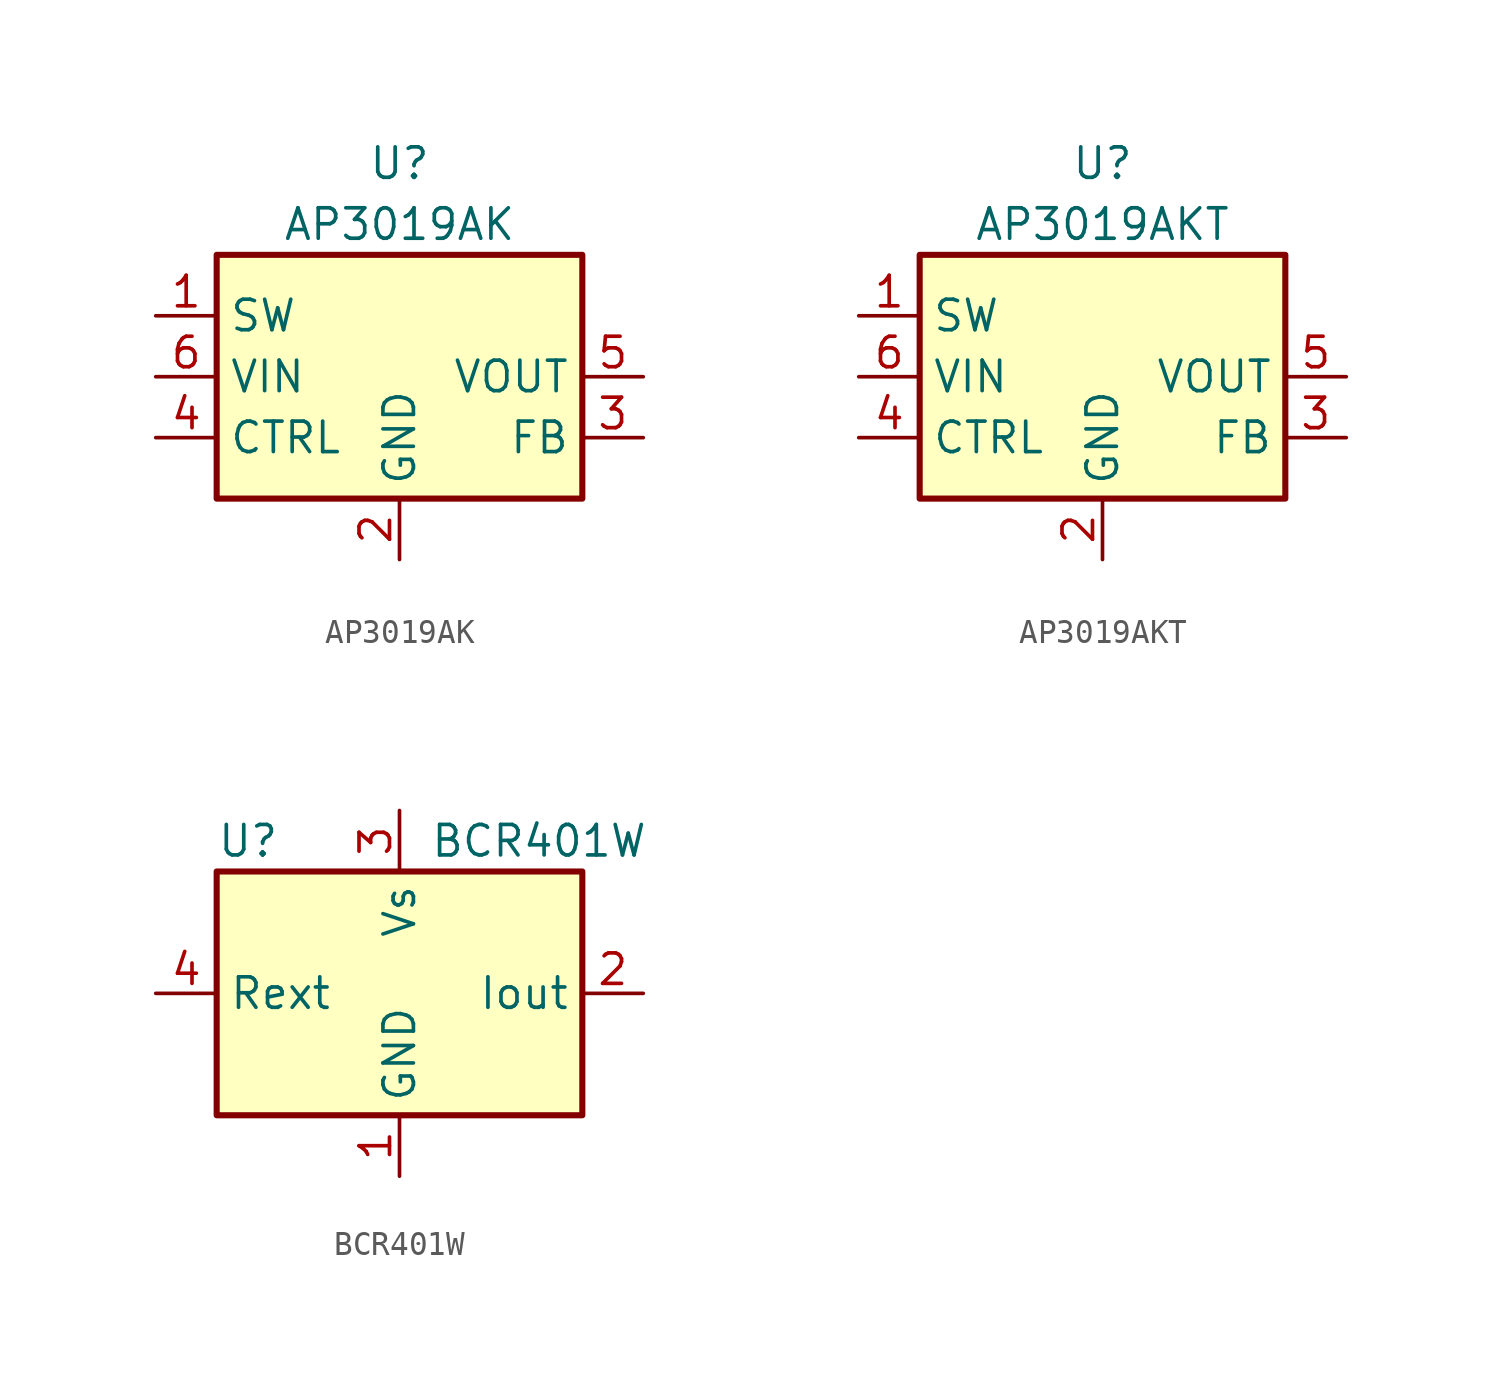
<source format=kicad_sym>
(kicad_symbol_lib
  (version 20231120)
  (generator "kicad_symbol_editor")
  (generator_version "8.0")
  (symbol "AP3019AK"
    (property "Reference" "U"
      (at 0 8.89 0)
      (effects (font (size 1.27 1.27))))
    (property "Value" "AP3019AK"
      (at 0 6.35 0)
      (effects (font (size 1.27 1.27))))
    (symbol "AP3019AK_0_1"
      (rectangle (start -7.62 5.08) (end 7.62 -5.08) (stroke (width 0.254) (type default)) (fill (type background))))
    (symbol "AP3019AK_1_1"
      (pin passive line (at -10.16 2.54 0) (length 2.54) (name "SW" (effects (font (size 1.27 1.27)))) (number "1" (effects (font (size 1.27 1.27)))))
      (pin power_in line (at 0 -7.62 90) (length 2.54) (name "GND" (effects (font (size 1.27 1.27)))) (number "2" (effects (font (size 1.27 1.27)))))
      (pin input line (at 10.16 -2.54 180) (length 2.54) (name "FB" (effects (font (size 1.27 1.27)))) (number "3" (effects (font (size 1.27 1.27)))))
      (pin input line (at -10.16 -2.54 0) (length 2.54) (name "CTRL" (effects (font (size 1.27 1.27)))) (number "4" (effects (font (size 1.27 1.27)))))
      (pin power_out line (at 10.16 0 180) (length 2.54) (name "VOUT" (effects (font (size 1.27 1.27)))) (number "5" (effects (font (size 1.27 1.27)))))
      (pin power_in line (at -10.16 0 0) (length 2.54) (name "VIN" (effects (font (size 1.27 1.27)))) (number "6" (effects (font (size 1.27 1.27)))))))
  (symbol "AP3019AKT"
    (property "Reference" "U"
      (at 0 8.89 0)
      (effects (font (size 1.27 1.27))))
    (property "Value" "AP3019AKT"
      (at 0 6.35 0)
      (effects (font (size 1.27 1.27))))
    (symbol "AP3019AKT_0_1"
      (rectangle (start -7.62 5.08) (end 7.62 -5.08) (stroke (width 0.254) (type default)) (fill (type background))))
    (symbol "AP3019AKT_1_1"
      (pin passive line (at -10.16 2.54 0) (length 2.54) (name "SW" (effects (font (size 1.27 1.27)))) (number "1" (effects (font (size 1.27 1.27)))))
      (pin power_in line (at 0 -7.62 90) (length 2.54) (name "GND" (effects (font (size 1.27 1.27)))) (number "2" (effects (font (size 1.27 1.27)))))
      (pin input line (at 10.16 -2.54 180) (length 2.54) (name "FB" (effects (font (size 1.27 1.27)))) (number "3" (effects (font (size 1.27 1.27)))))
      (pin input line (at -10.16 -2.54 0) (length 2.54) (name "CTRL" (effects (font (size 1.27 1.27)))) (number "4" (effects (font (size 1.27 1.27)))))
      (pin power_out line (at 10.16 0 180) (length 2.54) (name "VOUT" (effects (font (size 1.27 1.27)))) (number "5" (effects (font (size 1.27 1.27)))))
      (pin power_in line (at -10.16 0 0) (length 2.54) (name "VIN" (effects (font (size 1.27 1.27)))) (number "6" (effects (font (size 1.27 1.27)))))))
  (symbol "BCR401W"
    (property "Reference" "U"
      (at -7.62 6.35 0)
      (effects (font (size 1.27 1.27)) (justify left)))
    (property "Value" "BCR401W"
      (at 1.27 6.35 0)
      (effects (font (size 1.27 1.27)) (justify left)))
    (symbol "BCR401W_0_1"
      (rectangle (start -7.62 5.08) (end 7.62 -5.08) (stroke (width 0.254) (type default)) (fill (type background))))
    (symbol "BCR401W_1_1"
      (pin power_in line (at 0 -7.62 90) (length 2.54) (name "GND" (effects (font (size 1.27 1.27)))) (number "1" (effects (font (size 1.27 1.27)))))
      (pin power_out line (at 10.16 0 180) (length 2.54) (name "Iout" (effects (font (size 1.27 1.27)))) (number "2" (effects (font (size 1.27 1.27)))))
      (pin power_in line (at 0 7.62 270) (length 2.54) (name "Vs" (effects (font (size 1.27 1.27)))) (number "3" (effects (font (size 1.27 1.27)))))
      (pin passive line (at -10.16 0 0) (length 2.54) (name "Rext" (effects (font (size 1.27 1.27)))) (number "4" (effects (font (size 1.27 1.27))))))))
</source>
